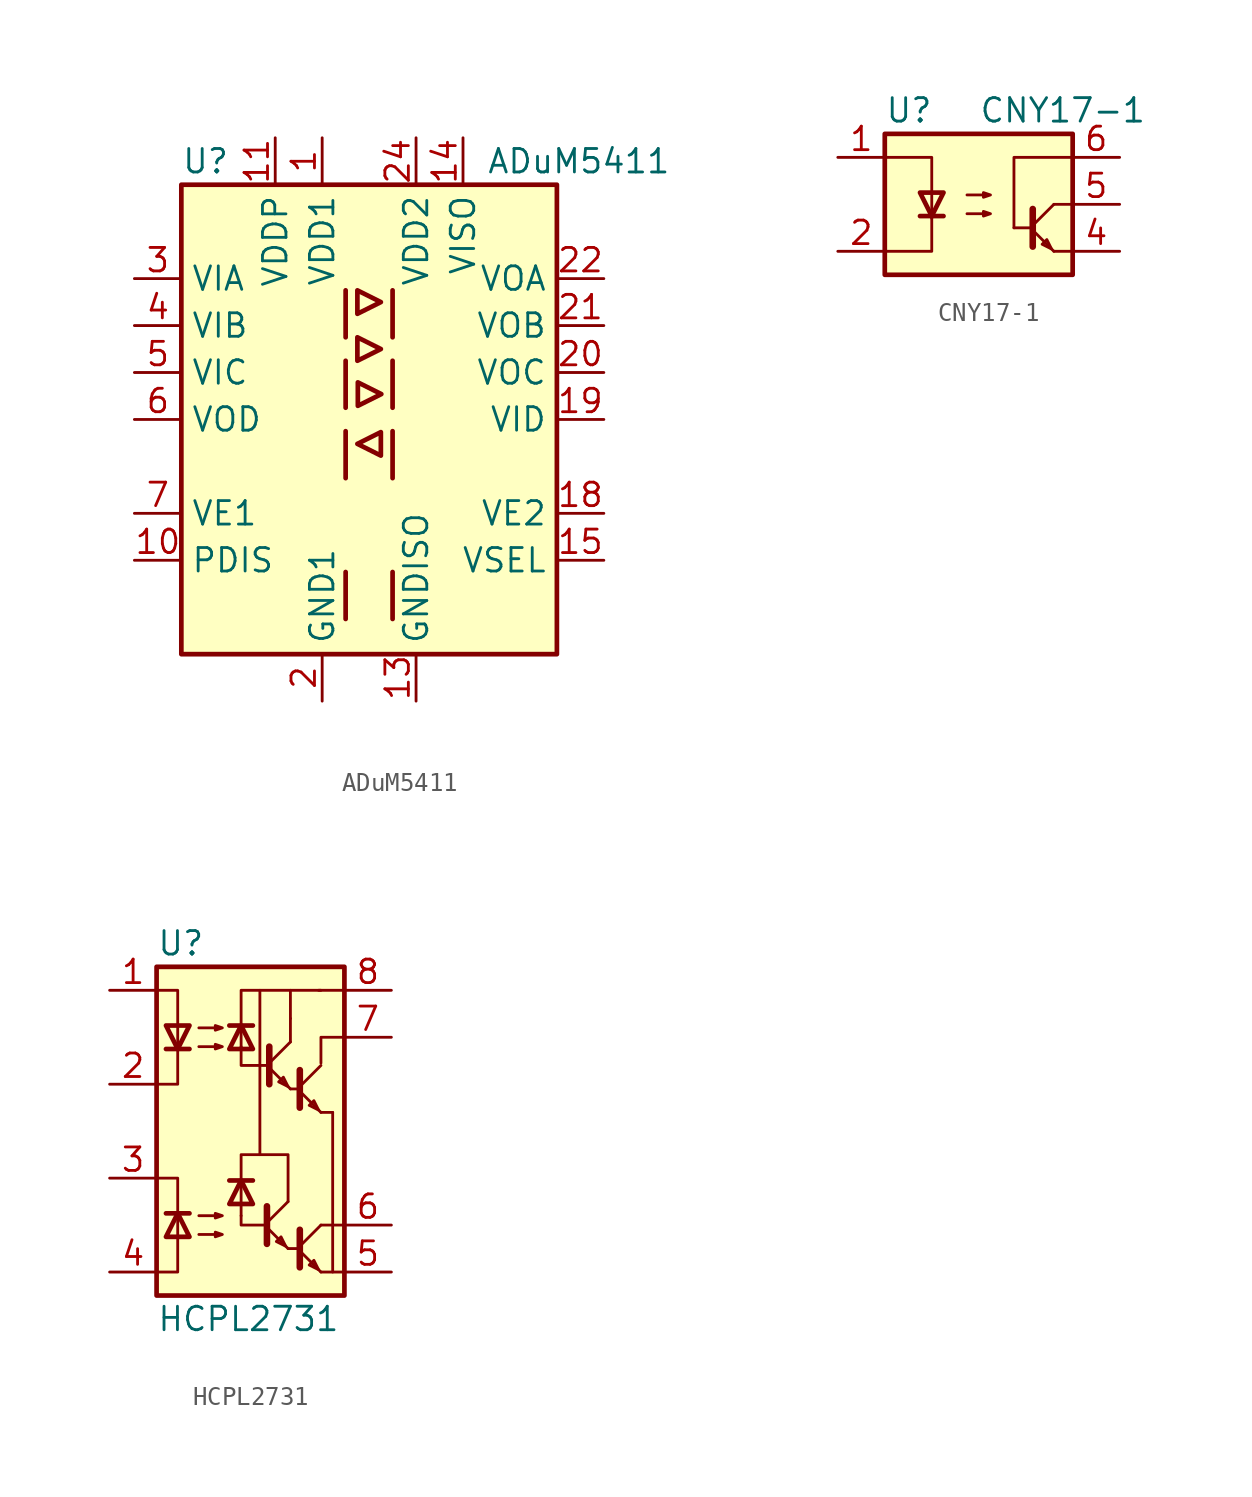
<source format=kicad_sym>
(kicad_symbol_lib
  (version 20201005)
  (generator kicad_symbol_editor)
  (symbol "ADuM5411"
    (property "Reference" "U"
      (at -10.16 13.97 0)
      (effects (font (size 1.27 1.27)) (justify left)))
    (property "Value" "ADuM5411"
      (at 6.35 13.97 0)
      (effects (font (size 1.27 1.27)) (justify left)))
    (symbol "ADuM5411_1_1"
      (rectangle (start -10.16 12.7) (end 10.16 -12.7) (stroke (width 0.254)) (fill (type background)))
      (polyline (pts (xy -1.27 -8.255) (xy -1.27 -10.795)) (stroke (width 0.254)) (fill (type none)))
      (polyline (pts (xy -1.27 -0.635) (xy -1.27 -3.175)) (stroke (width 0.254)) (fill (type none)))
      (polyline (pts (xy -1.27 3.175) (xy -1.27 0.635)) (stroke (width 0.254)) (fill (type none)))
      (polyline (pts (xy -1.27 6.985) (xy -1.27 4.445)) (stroke (width 0.254)) (fill (type none)))
      (polyline (pts (xy 1.27 -8.255) (xy 1.27 -10.795)) (stroke (width 0.254)) (fill (type none)))
      (polyline (pts (xy 1.27 -0.635) (xy 1.27 -3.175)) (stroke (width 0.254)) (fill (type none)))
      (polyline (pts (xy 1.27 3.175) (xy 1.27 0.635)) (stroke (width 0.254)) (fill (type none)))
      (polyline (pts (xy 1.27 6.985) (xy 1.27 4.445)) (stroke (width 0.254)) (fill (type none)))
      (polyline (pts (xy -0.635 4.445) (xy -0.635 3.175) (xy 0.635 3.81) (xy -0.635 4.445)) (stroke (width 0.254)) (fill (type none)))
      (polyline (pts (xy -0.635 5.715) (xy 0.635 6.35) (xy -0.635 6.985) (xy -0.635 5.715)) (stroke (width 0.254)) (fill (type none)))
      (polyline (pts (xy -0.61 2.007) (xy 0.66 1.372) (xy -0.61 0.737) (xy -0.61 2.007)) (stroke (width 0.254)) (fill (type none)))
      (polyline (pts (xy 0.635 -0.686) (xy 0.635 -1.956) (xy -0.635 -1.321) (xy 0.635 -0.686)) (stroke (width 0.254)) (fill (type none)))
      (pin power_in line (at -2.54 15.24 270) (length 2.54) (name "VDD1" (effects (font (size 1.27 1.27)))) (number "1" (effects (font (size 1.27 1.27)))))
      (pin input line (at -12.7 -7.62 0) (length 2.54) (name "PDIS" (effects (font (size 1.27 1.27)))) (number "10" (effects (font (size 1.27 1.27)))))
      (pin power_in line (at -5.08 15.24 270) (length 2.54) (name "VDDP" (effects (font (size 1.27 1.27)))) (number "11" (effects (font (size 1.27 1.27)))))
      (pin passive line (at -2.54 -15.24 90) (length 2.54) hide (name "GND1" (effects (font (size 1.27 1.27)))) (number "12" (effects (font (size 1.27 1.27)))))
      (pin power_in line (at 2.54 -15.24 90) (length 2.54) (name "GNDISO" (effects (font (size 1.27 1.27)))) (number "13" (effects (font (size 1.27 1.27)))))
      (pin power_out line (at 5.08 15.24 270) (length 2.54) (name "VISO" (effects (font (size 1.27 1.27)))) (number "14" (effects (font (size 1.27 1.27)))))
      (pin input line (at 12.7 -7.62 180) (length 2.54) (name "VSEL" (effects (font (size 1.27 1.27)))) (number "15" (effects (font (size 1.27 1.27)))))
      (pin passive line (at 2.54 -15.24 90) (length 2.54) hide (name "GNDISO" (effects (font (size 1.27 1.27)))) (number "16" (effects (font (size 1.27 1.27)))))
      (pin no_connect line (at 10.16 -2.54 180) (length 2.54) hide (name "NC" (effects (font (size 1.27 1.27)))) (number "17" (effects (font (size 1.27 1.27)))))
      (pin input line (at 12.7 -5.08 180) (length 2.54) (name "VE2" (effects (font (size 1.27 1.27)))) (number "18" (effects (font (size 1.27 1.27)))))
      (pin input line (at 12.7 0 180) (length 2.54) (name "VID" (effects (font (size 1.27 1.27)))) (number "19" (effects (font (size 1.27 1.27)))))
      (pin power_in line (at -2.54 -15.24 90) (length 2.54) (name "GND1" (effects (font (size 1.27 1.27)))) (number "2" (effects (font (size 1.27 1.27)))))
      (pin output line (at 12.7 2.54 180) (length 2.54) (name "VOC" (effects (font (size 1.27 1.27)))) (number "20" (effects (font (size 1.27 1.27)))))
      (pin output line (at 12.7 5.08 180) (length 2.54) (name "VOB" (effects (font (size 1.27 1.27)))) (number "21" (effects (font (size 1.27 1.27)))))
      (pin output line (at 12.7 7.62 180) (length 2.54) (name "VOA" (effects (font (size 1.27 1.27)))) (number "22" (effects (font (size 1.27 1.27)))))
      (pin passive line (at 2.54 -15.24 90) (length 2.54) hide (name "GNDISO" (effects (font (size 1.27 1.27)))) (number "23" (effects (font (size 1.27 1.27)))))
      (pin power_in line (at 2.54 15.24 270) (length 2.54) (name "VDD2" (effects (font (size 1.27 1.27)))) (number "24" (effects (font (size 1.27 1.27)))))
      (pin input line (at -12.7 7.62 0) (length 2.54) (name "VIA" (effects (font (size 1.27 1.27)))) (number "3" (effects (font (size 1.27 1.27)))))
      (pin input line (at -12.7 5.08 0) (length 2.54) (name "VIB" (effects (font (size 1.27 1.27)))) (number "4" (effects (font (size 1.27 1.27)))))
      (pin input line (at -12.7 2.54 0) (length 2.54) (name "VIC" (effects (font (size 1.27 1.27)))) (number "5" (effects (font (size 1.27 1.27)))))
      (pin output line (at -12.7 0 0) (length 2.54) (name "VOD" (effects (font (size 1.27 1.27)))) (number "6" (effects (font (size 1.27 1.27)))))
      (pin input line (at -12.7 -5.08 0) (length 2.54) (name "VE1" (effects (font (size 1.27 1.27)))) (number "7" (effects (font (size 1.27 1.27)))))
      (pin no_connect line (at -10.16 -2.54 0) (length 2.54) hide (name "NC" (effects (font (size 1.27 1.27)))) (number "8" (effects (font (size 1.27 1.27)))))
      (pin passive line (at -2.54 -15.24 90) (length 2.54) hide (name "GND1" (effects (font (size 1.27 1.27)))) (number "9" (effects (font (size 1.27 1.27)))))))
  (symbol "CNY17-1"
    (pin_names
      (offset 1.016))
    (property "Reference" "U"
      (at -5.08 5.08 0)
      (effects (font (size 1.27 1.27)) (justify left)))
    (property "Value" "CNY17-1"
      (at 0 5.08 0)
      (effects (font (size 1.27 1.27)) (justify left)))
    (symbol "CNY17-1_0_1"
      (rectangle (start -5.08 3.81) (end 5.08 -3.81) (stroke (width 0.254)) (fill (type background)))
      (polyline (pts (xy -3.175 -0.635) (xy -1.905 -0.635)) (stroke (width 0.254)) (fill (type none)))
      (polyline (pts (xy 2.921 -1.397) (xy 4.064 -2.54)) (stroke (width 0)) (fill (type none)))
      (polyline (pts (xy 2.921 -1.27) (xy 1.905 -1.27)) (stroke (width 0)) (fill (type none)))
      (polyline (pts (xy 2.921 -1.143) (xy 4.064 0)) (stroke (width 0)) (fill (type none)))
      (polyline (pts (xy 4.064 -2.54) (xy 5.08 -2.54)) (stroke (width 0)) (fill (type none)))
      (polyline (pts (xy 5.08 0) (xy 4.064 0)) (stroke (width 0)) (fill (type none)))
      (polyline (pts (xy -5.08 2.54) (xy -2.54 2.54) (xy -2.54 -0.762)) (stroke (width 0)) (fill (type none)))
      (polyline (pts (xy -2.54 -0.635) (xy -2.54 -2.54) (xy -5.08 -2.54)) (stroke (width 0)) (fill (type none)))
      (polyline (pts (xy 1.905 -1.27) (xy 1.905 2.54) (xy 5.08 2.54)) (stroke (width 0)) (fill (type none)))
      (polyline (pts (xy 2.921 -0.254) (xy 2.921 -2.286) (xy 2.921 -2.286)) (stroke (width 0.356)) (fill (type none)))
      (polyline (pts (xy -2.54 -0.635) (xy -3.175 0.635) (xy -1.905 0.635) (xy -2.54 -0.635)) (stroke (width 0.254)) (fill (type none)))
      (polyline (pts (xy 3.937 -2.413) (xy 3.683 -1.905) (xy 3.429 -2.159) (xy 3.937 -2.413)) (stroke (width 0)) (fill (type none)))
      (polyline (pts (xy -0.635 -0.508) (xy 0.635 -0.508) (xy 0.254 -0.635) (xy 0.254 -0.381) (xy 0.635 -0.508)) (stroke (width 0)) (fill (type none)))
      (polyline (pts (xy -0.635 0.508) (xy 0.635 0.508) (xy 0.254 0.381) (xy 0.254 0.635) (xy 0.635 0.508)) (stroke (width 0)) (fill (type none))))
    (symbol "CNY17-1_1_1"
      (pin passive line (at -7.62 2.54 0) (length 2.54) (name "~" (effects (font (size 1.27 1.27)))) (number "1" (effects (font (size 1.27 1.27)))))
      (pin passive line (at -7.62 -2.54 0) (length 2.54) (name "~" (effects (font (size 1.27 1.27)))) (number "2" (effects (font (size 1.27 1.27)))))
      (pin no_connect line (at -5.08 0 0) (length 2.54) hide (name "NC" (effects (font (size 1.27 1.27)))) (number "3" (effects (font (size 1.27 1.27)))))
      (pin passive line (at 7.62 -2.54 180) (length 2.54) (name "~" (effects (font (size 1.27 1.27)))) (number "4" (effects (font (size 1.27 1.27)))))
      (pin passive line (at 7.62 0 180) (length 2.54) (name "~" (effects (font (size 1.27 1.27)))) (number "5" (effects (font (size 1.27 1.27)))))
      (pin passive line (at 7.62 2.54 180) (length 2.54) (name "~" (effects (font (size 1.27 1.27)))) (number "6" (effects (font (size 1.27 1.27)))))))
  (symbol "HCPL2731"
    (pin_names
      (offset 0.762) hide)
    (property "Reference" "U"
      (at -5.08 10.16 0)
      (effects (font (size 1.27 1.27)) (justify left)))
    (property "Value" "HCPL2731"
      (at -5.08 -10.16 0)
      (effects (font (size 1.27 1.27)) (justify left)))
    (symbol "HCPL2731_0_1"
      (rectangle (start -5.08 8.89) (end 5.08 -8.89) (stroke (width 0.254)) (fill (type background)))
      (polyline (pts (xy -4.572 -4.445) (xy -3.302 -4.445)) (stroke (width 0.254)) (fill (type none)))
      (polyline (pts (xy -4.572 4.445) (xy -3.302 4.445)) (stroke (width 0.254)) (fill (type none)))
      (polyline (pts (xy -0.508 -4.572) (xy -0.508 -3.937)) (stroke (width 0)) (fill (type none)))
      (polyline (pts (xy 0.127 -2.667) (xy -1.143 -2.667)) (stroke (width 0.254)) (fill (type none)))
      (polyline (pts (xy 0.127 5.715) (xy -1.143 5.715)) (stroke (width 0.254)) (fill (type none)))
      (polyline (pts (xy 0.889 -5.207) (xy 2.032 -6.35)) (stroke (width 0)) (fill (type none)))
      (polyline (pts (xy 0.889 -4.953) (xy 2.032 -3.81)) (stroke (width 0)) (fill (type none)))
      (polyline (pts (xy 1.016 3.429) (xy 2.159 2.286)) (stroke (width 0)) (fill (type none)))
      (polyline (pts (xy 1.016 3.683) (xy 2.159 4.826)) (stroke (width 0)) (fill (type none)))
      (polyline (pts (xy 2.032 -6.35) (xy 2.54 -6.35)) (stroke (width 0)) (fill (type none)))
      (polyline (pts (xy 2.159 2.286) (xy 2.667 2.286)) (stroke (width 0)) (fill (type none)))
      (polyline (pts (xy 2.159 4.826) (xy 2.159 6.096)) (stroke (width 0)) (fill (type none)))
      (polyline (pts (xy 2.159 6.096) (xy 2.159 7.62)) (stroke (width 0)) (fill (type none)))
      (polyline (pts (xy 2.667 -6.477) (xy 3.81 -7.62)) (stroke (width 0)) (fill (type none)))
      (polyline (pts (xy 2.667 -6.223) (xy 3.81 -5.08)) (stroke (width 0)) (fill (type none)))
      (polyline (pts (xy 2.667 2.159) (xy 3.81 1.016)) (stroke (width 0)) (fill (type none)))
      (polyline (pts (xy 2.667 2.413) (xy 3.81 3.556)) (stroke (width 0)) (fill (type none)))
      (polyline (pts (xy 3.683 7.62) (xy 5.08 7.62)) (stroke (width 0)) (fill (type none)))
      (polyline (pts (xy 3.81 -7.62) (xy 5.08 -7.62)) (stroke (width 0)) (fill (type none)))
      (polyline (pts (xy 3.81 -5.08) (xy 5.08 -5.08)) (stroke (width 0)) (fill (type none)))
      (polyline (pts (xy 3.81 1.016) (xy 4.445 1.016)) (stroke (width 0)) (fill (type none)))
      (polyline (pts (xy 4.445 -7.62) (xy 4.445 1.016)) (stroke (width 0)) (fill (type none)))
      (polyline (pts (xy -0.508 -4.572) (xy -0.508 -5.08) (xy 0.762 -5.08)) (stroke (width 0)) (fill (type none)))
      (polyline (pts (xy -0.508 4.445) (xy -0.508 7.62) (xy 3.81 7.62)) (stroke (width 0)) (fill (type none)))
      (polyline (pts (xy -0.508 4.572) (xy -0.508 3.556) (xy 1.016 3.556)) (stroke (width 0)) (fill (type none)))
      (polyline (pts (xy 0.508 -1.27) (xy 2.032 -1.27) (xy 2.032 -3.81)) (stroke (width 0)) (fill (type none)))
      (polyline (pts (xy 0.889 -4.064) (xy 0.889 -6.096) (xy 0.889 -6.096)) (stroke (width 0.356)) (fill (type none)))
      (polyline (pts (xy 1.016 4.572) (xy 1.016 2.54) (xy 1.016 2.54)) (stroke (width 0.356)) (fill (type none)))
      (polyline (pts (xy 2.667 -5.334) (xy 2.667 -7.366) (xy 2.667 -7.366)) (stroke (width 0.356)) (fill (type none)))
      (polyline (pts (xy 2.667 3.302) (xy 2.667 1.27) (xy 2.667 1.27)) (stroke (width 0.356)) (fill (type none)))
      (polyline (pts (xy 3.81 3.683) (xy 3.81 5.08) (xy 5.08 5.08)) (stroke (width 0)) (fill (type none)))
      (polyline (pts (xy -5.08 -2.54) (xy -3.937 -2.54) (xy -3.937 -7.62) (xy -5.08 -7.62)) (stroke (width 0)) (fill (type none)))
      (polyline (pts (xy -5.08 7.62) (xy -3.937 7.62) (xy -3.937 2.54) (xy -5.08 2.54)) (stroke (width 0)) (fill (type none)))
      (polyline (pts (xy -3.937 -4.445) (xy -4.572 -5.715) (xy -3.302 -5.715) (xy -3.937 -4.445)) (stroke (width 0.254)) (fill (type none)))
      (polyline (pts (xy -3.937 4.445) (xy -4.572 5.715) (xy -3.302 5.715) (xy -3.937 4.445)) (stroke (width 0.254)) (fill (type none)))
      (polyline (pts (xy -0.508 -3.937) (xy -0.508 -1.27) (xy 0.508 -1.27) (xy 0.508 7.62)) (stroke (width 0)) (fill (type none)))
      (polyline (pts (xy -0.508 -2.667) (xy 0.127 -3.937) (xy -1.143 -3.937) (xy -0.508 -2.667)) (stroke (width 0.254)) (fill (type none)))
      (polyline (pts (xy -0.508 5.715) (xy 0.127 4.445) (xy -1.143 4.445) (xy -0.508 5.715)) (stroke (width 0.254)) (fill (type none)))
      (polyline (pts (xy 1.905 -6.223) (xy 1.651 -5.715) (xy 1.397 -5.969) (xy 1.905 -6.223)) (stroke (width 0)) (fill (type none)))
      (polyline (pts (xy 2.032 2.413) (xy 1.778 2.921) (xy 1.524 2.667) (xy 2.032 2.413)) (stroke (width 0)) (fill (type none)))
      (polyline (pts (xy 3.683 -7.493) (xy 3.429 -6.985) (xy 3.175 -7.239) (xy 3.683 -7.493)) (stroke (width 0)) (fill (type none)))
      (polyline (pts (xy 3.683 1.143) (xy 3.429 1.651) (xy 3.175 1.397) (xy 3.683 1.143)) (stroke (width 0)) (fill (type none)))
      (polyline (pts (xy -2.794 -5.588) (xy -1.524 -5.588) (xy -1.905 -5.715) (xy -1.905 -5.461) (xy -1.524 -5.588)) (stroke (width 0)) (fill (type none)))
      (polyline (pts (xy -2.794 -4.572) (xy -1.524 -4.572) (xy -1.905 -4.699) (xy -1.905 -4.445) (xy -1.524 -4.572)) (stroke (width 0)) (fill (type none)))
      (polyline (pts (xy -2.794 4.572) (xy -1.524 4.572) (xy -1.905 4.445) (xy -1.905 4.699) (xy -1.524 4.572)) (stroke (width 0)) (fill (type none)))
      (polyline (pts (xy -2.794 5.588) (xy -1.524 5.588) (xy -1.905 5.461) (xy -1.905 5.715) (xy -1.524 5.588)) (stroke (width 0)) (fill (type none))))
    (symbol "HCPL2731_1_1"
      (pin passive line (at -7.62 7.62 0) (length 2.54) (name "A1" (effects (font (size 1.27 1.27)))) (number "1" (effects (font (size 1.27 1.27)))))
      (pin passive line (at -7.62 2.54 0) (length 2.54) (name "C1" (effects (font (size 1.27 1.27)))) (number "2" (effects (font (size 1.27 1.27)))))
      (pin passive line (at -7.62 -2.54 0) (length 2.54) (name "C2" (effects (font (size 1.27 1.27)))) (number "3" (effects (font (size 1.27 1.27)))))
      (pin passive line (at -7.62 -7.62 0) (length 2.54) (name "A2" (effects (font (size 1.27 1.27)))) (number "4" (effects (font (size 1.27 1.27)))))
      (pin passive line (at 7.62 -7.62 180) (length 2.54) (name "GND" (effects (font (size 1.27 1.27)))) (number "5" (effects (font (size 1.27 1.27)))))
      (pin passive line (at 7.62 -5.08 180) (length 2.54) (name "VO2" (effects (font (size 1.27 1.27)))) (number "6" (effects (font (size 1.27 1.27)))))
      (pin passive line (at 7.62 5.08 180) (length 2.54) (name "VO1" (effects (font (size 1.27 1.27)))) (number "7" (effects (font (size 1.27 1.27)))))
      (pin passive line (at 7.62 7.62 180) (length 2.54) (name "VCC" (effects (font (size 1.27 1.27)))) (number "8" (effects (font (size 1.27 1.27))))))))
</source>
